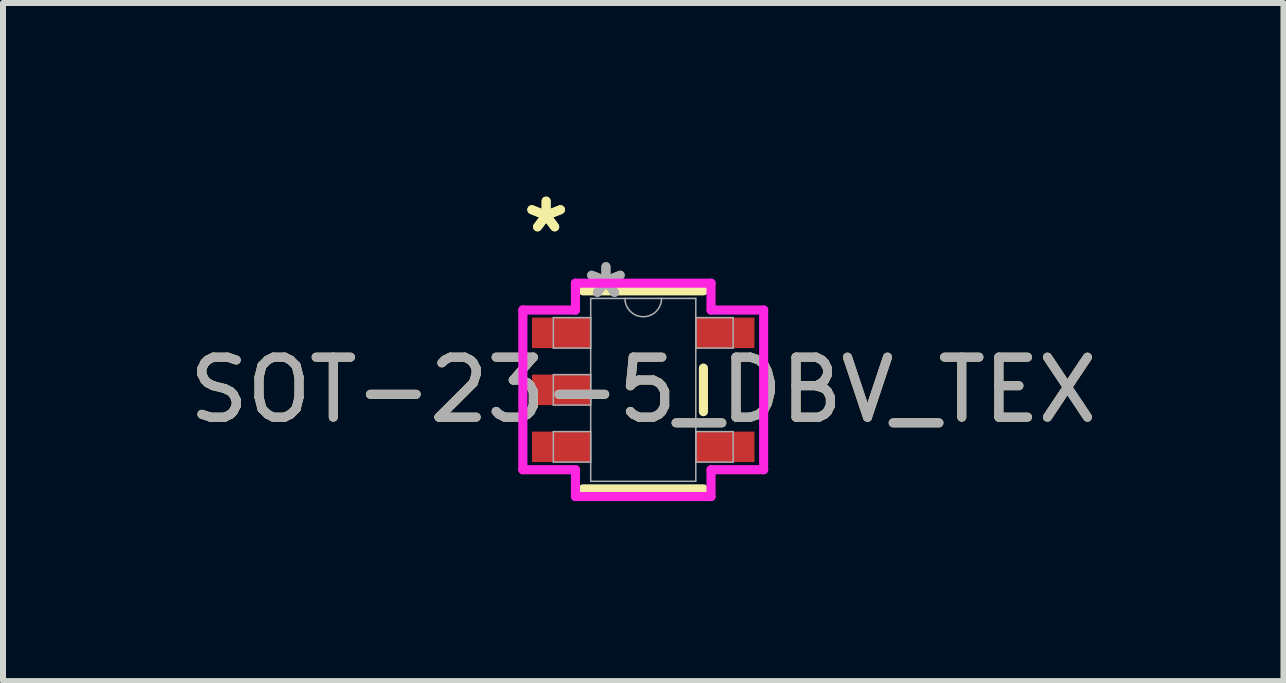
<source format=kicad_pcb>
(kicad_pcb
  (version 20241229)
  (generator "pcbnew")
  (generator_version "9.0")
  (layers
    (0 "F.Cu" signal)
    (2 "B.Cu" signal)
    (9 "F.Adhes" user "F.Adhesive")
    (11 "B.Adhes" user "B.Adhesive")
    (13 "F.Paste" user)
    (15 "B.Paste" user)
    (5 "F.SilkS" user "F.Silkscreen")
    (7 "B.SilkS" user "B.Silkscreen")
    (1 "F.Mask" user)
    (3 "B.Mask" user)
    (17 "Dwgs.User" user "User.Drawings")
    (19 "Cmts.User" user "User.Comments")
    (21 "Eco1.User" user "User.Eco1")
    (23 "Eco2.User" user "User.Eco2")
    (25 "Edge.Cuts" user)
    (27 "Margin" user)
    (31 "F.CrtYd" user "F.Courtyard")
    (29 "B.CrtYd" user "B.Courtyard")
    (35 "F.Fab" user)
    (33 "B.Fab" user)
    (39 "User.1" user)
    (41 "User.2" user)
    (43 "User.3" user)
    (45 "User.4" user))
  (footprint "SOT-23-5_DBV_TEX"
    (layer "F.Cu")
    (at 7.673 3.449)
    (property "Reference" "SOT-23-5_DBV_TEX" (at 0 0 0) (unlocked yes) (layer "F.SilkS") (effects (font (size 1 1) (thickness 0.15))))
    (attr smd)
    (fp_line (start -1.003 1.651) (end 1.003 1.651) (stroke (width 0.152) (type solid)) (layer "F.SilkS"))
    (fp_line (start 1.003 -1.651) (end -1.003 -1.651) (stroke (width 0.152) (type solid)) (layer "F.SilkS"))
    (fp_line (start 1.003 0.363) (end 1.003 -0.363) (stroke (width 0.152) (type solid)) (layer "F.SilkS"))
    (fp_line (start -2.007 -1.331) (end -1.13 -1.331) (stroke (width 0.152) (type solid)) (layer "F.CrtYd"))
    (fp_line (start -2.007 1.331) (end -2.007 -1.331) (stroke (width 0.152) (type solid)) (layer "F.CrtYd"))
    (fp_line (start -1.13 -1.778) (end 1.13 -1.778) (stroke (width 0.152) (type solid)) (layer "F.CrtYd"))
    (fp_line (start -1.13 -1.331) (end -1.13 -1.778) (stroke (width 0.152) (type solid)) (layer "F.CrtYd"))
    (fp_line (start -1.13 1.331) (end -2.007 1.331) (stroke (width 0.152) (type solid)) (layer "F.CrtYd"))
    (fp_line (start -1.13 1.778) (end -1.13 1.331) (stroke (width 0.152) (type solid)) (layer "F.CrtYd"))
    (fp_line (start 1.13 -1.778) (end 1.13 -1.331) (stroke (width 0.152) (type solid)) (layer "F.CrtYd"))
    (fp_line (start 1.13 -1.331) (end 2.007 -1.331) (stroke (width 0.152) (type solid)) (layer "F.CrtYd"))
    (fp_line (start 1.13 1.331) (end 1.13 1.778) (stroke (width 0.152) (type solid)) (layer "F.CrtYd"))
    (fp_line (start 1.13 1.778) (end -1.13 1.778) (stroke (width 0.152) (type solid)) (layer "F.CrtYd"))
    (fp_line (start 2.007 -1.331) (end 2.007 1.331) (stroke (width 0.152) (type solid)) (layer "F.CrtYd"))
    (fp_line (start 2.007 1.331) (end 1.13 1.331) (stroke (width 0.152) (type solid)) (layer "F.CrtYd"))
    (fp_line (start -1.499 -1.204) (end -1.499 -0.696) (stroke (width 0.025) (type solid)) (layer "F.Fab"))
    (fp_line (start -1.499 -0.696) (end -0.876 -0.696) (stroke (width 0.025) (type solid)) (layer "F.Fab"))
    (fp_line (start -1.499 -0.254) (end -1.499 0.254) (stroke (width 0.025) (type solid)) (layer "F.Fab"))
    (fp_line (start -1.499 0.254) (end -0.876 0.254) (stroke (width 0.025) (type solid)) (layer "F.Fab"))
    (fp_line (start -1.499 0.696) (end -1.499 1.204) (stroke (width 0.025) (type solid)) (layer "F.Fab"))
    (fp_line (start -1.499 1.204) (end -0.876 1.204) (stroke (width 0.025) (type solid)) (layer "F.Fab"))
    (fp_line (start -0.876 -1.524) (end -0.876 1.524) (stroke (width 0.025) (type solid)) (layer "F.Fab"))
    (fp_line (start -0.876 -1.204) (end -1.499 -1.204) (stroke (width 0.025) (type solid)) (layer "F.Fab"))
    (fp_line (start -0.876 -0.696) (end -0.876 -1.204) (stroke (width 0.025) (type solid)) (layer "F.Fab"))
    (fp_line (start -0.876 -0.254) (end -1.499 -0.254) (stroke (width 0.025) (type solid)) (layer "F.Fab"))
    (fp_line (start -0.876 0.254) (end -0.876 -0.254) (stroke (width 0.025) (type solid)) (layer "F.Fab"))
    (fp_line (start -0.876 0.696) (end -1.499 0.696) (stroke (width 0.025) (type solid)) (layer "F.Fab"))
    (fp_line (start -0.876 1.204) (end -0.876 0.696) (stroke (width 0.025) (type solid)) (layer "F.Fab"))
    (fp_line (start -0.876 1.524) (end 0.876 1.524) (stroke (width 0.025) (type solid)) (layer "F.Fab"))
    (fp_line (start 0.876 -1.524) (end -0.876 -1.524) (stroke (width 0.025) (type solid)) (layer "F.Fab"))
    (fp_line (start 0.876 -1.204) (end 0.876 -0.696) (stroke (width 0.025) (type solid)) (layer "F.Fab"))
    (fp_line (start 0.876 -0.696) (end 1.499 -0.696) (stroke (width 0.025) (type solid)) (layer "F.Fab"))
    (fp_line (start 0.876 0.696) (end 0.876 1.204) (stroke (width 0.025) (type solid)) (layer "F.Fab"))
    (fp_line (start 0.876 1.204) (end 1.499 1.204) (stroke (width 0.025) (type solid)) (layer "F.Fab"))
    (fp_line (start 0.876 1.524) (end 0.876 -1.524) (stroke (width 0.025) (type solid)) (layer "F.Fab"))
    (fp_line (start 1.499 -1.204) (end 0.876 -1.204) (stroke (width 0.025) (type solid)) (layer "F.Fab"))
    (fp_line (start 1.499 -0.696) (end 1.499 -1.204) (stroke (width 0.025) (type solid)) (layer "F.Fab"))
    (fp_line (start 1.499 0.696) (end 0.876 0.696) (stroke (width 0.025) (type solid)) (layer "F.Fab"))
    (fp_line (start 1.499 1.204) (end 1.499 0.696) (stroke (width 0.025) (type solid)) (layer "F.Fab"))
    (fp_arc (start 0.3048 -1.524) (mid 0 -1.2192) (end -0.3048 -1.524) (stroke (width 0.0254) (type solid)) (layer "F.Fab"))
    (fp_text user "*" (at -1.619 -2.601 0) (layer "F.SilkS") (effects (font (size 1 1) (thickness 0.15))))
    (fp_text user "*" (at -1.619 -2.601 0) (unlocked yes) (layer "F.SilkS") (effects (font (size 1 1) (thickness 0.15))))
    (fp_text user "*" (at -0.622 -1.509 0) (layer "F.Fab") (effects (font (size 1 1) (thickness 0.15))))
    (fp_text user "${REFERENCE}" (at 0 0 0) (unlocked yes) (layer "F.Fab") (effects (font (size 1 1) (thickness 0.15))))
    (fp_text user "*" (at -0.622 -1.509 0) (unlocked yes) (layer "F.Fab") (effects (font (size 1 1) (thickness 0.15))))
    (pad "1" smd rect (at -1.365 -0.95) (size 0.978 0.508) (layers "F.Cu" "F.Mask" "F.Paste"))
    (pad "2" smd rect (at -1.365 0) (size 0.978 0.508) (layers "F.Cu" "F.Mask" "F.Paste"))
    (pad "3" smd rect (at -1.365 0.95) (size 0.978 0.508) (layers "F.Cu" "F.Mask" "F.Paste"))
    (pad "4" smd rect (at 1.365 0.95) (size 0.978 0.508) (layers "F.Cu" "F.Mask" "F.Paste"))
    (pad "5" smd rect (at 1.365 -0.95) (size 0.978 0.508) (layers "F.Cu" "F.Mask" "F.Paste")))
  (gr_rect
    (start -3 -3)
    (end 18.345 8.303)
    (stroke (width 0.1) (type default))
    (fill no)
    (layer "Edge.Cuts")))
</source>
